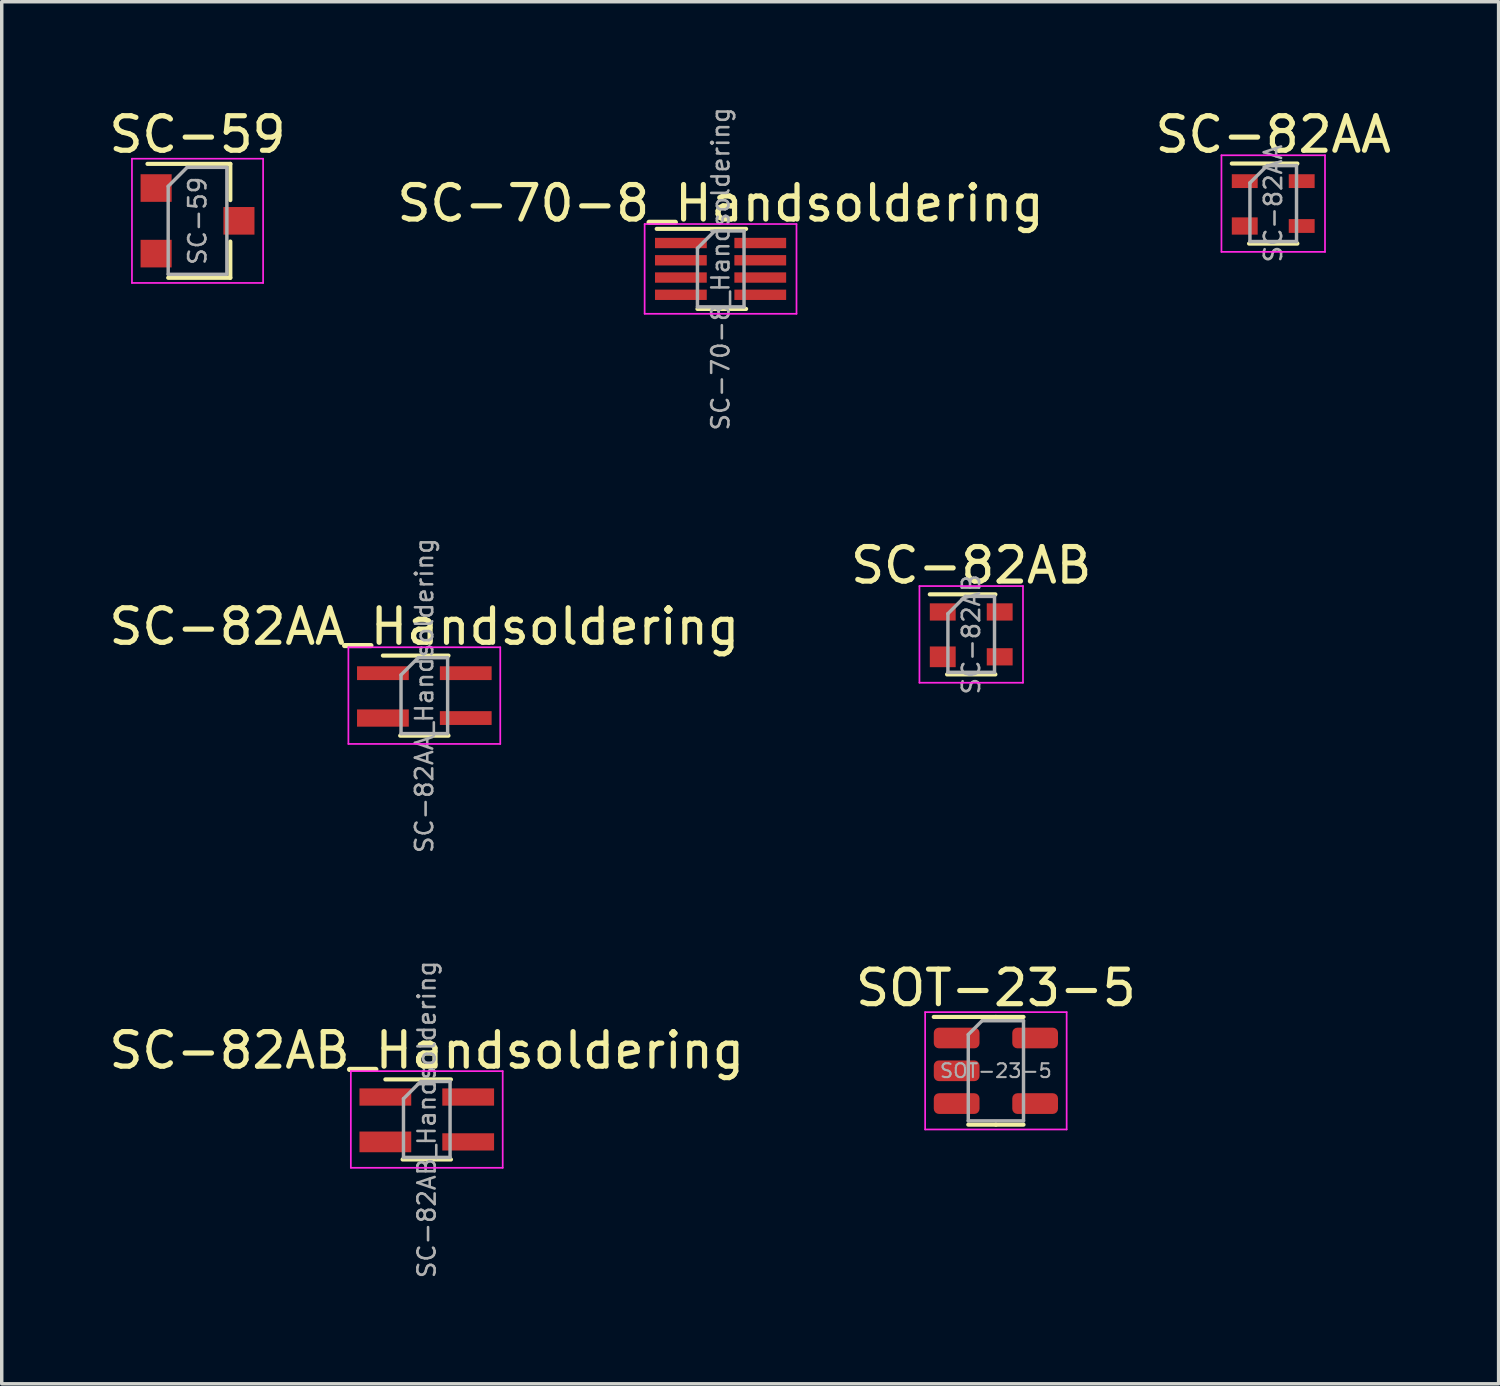
<source format=kicad_pcb>
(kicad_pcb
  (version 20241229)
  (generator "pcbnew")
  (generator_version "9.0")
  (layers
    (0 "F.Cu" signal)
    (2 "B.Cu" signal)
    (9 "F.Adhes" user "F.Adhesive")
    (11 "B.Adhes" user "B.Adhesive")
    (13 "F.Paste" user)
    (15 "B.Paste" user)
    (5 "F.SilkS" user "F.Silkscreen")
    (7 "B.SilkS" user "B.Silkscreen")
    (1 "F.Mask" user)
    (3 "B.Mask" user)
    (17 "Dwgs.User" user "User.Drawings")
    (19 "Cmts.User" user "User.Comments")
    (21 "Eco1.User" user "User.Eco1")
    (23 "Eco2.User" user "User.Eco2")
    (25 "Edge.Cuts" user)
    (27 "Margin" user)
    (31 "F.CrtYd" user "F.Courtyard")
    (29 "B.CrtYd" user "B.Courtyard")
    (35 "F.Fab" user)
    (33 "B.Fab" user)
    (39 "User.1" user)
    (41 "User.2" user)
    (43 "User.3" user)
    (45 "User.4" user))
  (footprint "SC-82AA_Handsoldering"
    (layer "F.Cu")
    (at 9.244 17.104)
    (property "Reference" "SC-82AA_Handsoldering" (at 0 -2 0) (layer "F.SilkS") (effects (font (size 1 1) (thickness 0.15))))
    (attr smd)
    (fp_line (start -0.7 1.16) (end 0.7 1.16) (stroke (width 0.12) (type solid)) (layer "F.SilkS"))
    (fp_line (start 0.7 -1.16) (end -1.2 -1.16) (stroke (width 0.12) (type solid)) (layer "F.SilkS"))
    (fp_line (start -2.2 -1.4) (end -2.2 1.4) (stroke (width 0.05) (type solid)) (layer "F.CrtYd"))
    (fp_line (start -2.2 -1.4) (end 2.2 -1.4) (stroke (width 0.05) (type solid)) (layer "F.CrtYd"))
    (fp_line (start -2.2 1.4) (end 2.2 1.4) (stroke (width 0.05) (type solid)) (layer "F.CrtYd"))
    (fp_line (start 2.2 1.4) (end 2.2 -1.4) (stroke (width 0.05) (type solid)) (layer "F.CrtYd"))
    (fp_line (start -0.675 -0.6) (end -0.675 1.1) (stroke (width 0.1) (type solid)) (layer "F.Fab"))
    (fp_line (start -0.175 -1.1) (end -0.675 -0.6) (stroke (width 0.1) (type solid)) (layer "F.Fab"))
    (fp_line (start 0.675 -1.1) (end -0.175 -1.1) (stroke (width 0.1) (type solid)) (layer "F.Fab"))
    (fp_line (start 0.675 -1.1) (end 0.675 1.1) (stroke (width 0.1) (type solid)) (layer "F.Fab"))
    (fp_line (start 0.675 1.1) (end -0.675 1.1) (stroke (width 0.1) (type solid)) (layer "F.Fab"))
    (fp_text user "${REFERENCE}" (at 0 0 90) (layer "F.Fab") (effects (font (size 0.5 0.5) (thickness 0.075))))
    (pad "1" smd rect (at -1.2 -0.65) (size 1.5 0.4) (layers "F.Cu" "F.Mask" "F.Paste"))
    (pad "2" smd rect (at -1.2 0.65) (size 1.5 0.5) (layers "F.Cu" "F.Mask" "F.Paste"))
    (pad "3" smd rect (at 1.2 0.65) (size 1.5 0.4) (layers "F.Cu" "F.Mask" "F.Paste"))
    (pad "4" smd rect (at 1.2 -0.65) (size 1.5 0.4) (layers "F.Cu" "F.Mask" "F.Paste")))
  (footprint "SC-70-8_Handsoldering"
    (layer "F.Cu")
    (at 17.827 4.741)
    (property "Reference" "SC-70-8_Handsoldering" (at 0 -1.9 0) (layer "F.SilkS") (effects (font (size 1 1) (thickness 0.15))))
    (attr smd)
    (fp_line (start -0.67 1.16) (end 0.74 1.16) (stroke (width 0.12) (type solid)) (layer "F.SilkS"))
    (fp_line (start 0.74 -1.16) (end -1.85 -1.16) (stroke (width 0.12) (type solid)) (layer "F.SilkS"))
    (fp_line (start -2.2 -1.3) (end 2.2 -1.3) (stroke (width 0.05) (type solid)) (layer "F.CrtYd"))
    (fp_line (start -2.2 1.3) (end -2.2 -1.3) (stroke (width 0.05) (type solid)) (layer "F.CrtYd"))
    (fp_line (start 2.2 -1.3) (end 2.2 1.3) (stroke (width 0.05) (type solid)) (layer "F.CrtYd"))
    (fp_line (start 2.2 1.3) (end -2.2 1.3) (stroke (width 0.05) (type solid)) (layer "F.CrtYd"))
    (fp_line (start -0.67 -0.6) (end -0.67 1.1) (stroke (width 0.1) (type solid)) (layer "F.Fab"))
    (fp_line (start -0.17 -1.1) (end -0.67 -0.6) (stroke (width 0.1) (type solid)) (layer "F.Fab"))
    (fp_line (start 0.68 -1.1) (end -0.17 -1.1) (stroke (width 0.1) (type solid)) (layer "F.Fab"))
    (fp_line (start 0.68 -1.1) (end 0.68 1.1) (stroke (width 0.1) (type solid)) (layer "F.Fab"))
    (fp_line (start 0.68 1.1) (end -0.67 1.1) (stroke (width 0.1) (type solid)) (layer "F.Fab"))
    (fp_text user "${REFERENCE}" (at 0 0 90) (layer "F.Fab") (effects (font (size 0.5 0.5) (thickness 0.075))))
    (pad "1" smd rect (at -1.15 -0.75 270) (size 0.3 1.5) (layers "F.Cu" "F.Mask" "F.Paste"))
    (pad "2" smd rect (at -1.15 -0.25 270) (size 0.3 1.5) (layers "F.Cu" "F.Mask" "F.Paste"))
    (pad "3" smd rect (at -1.15 0.25 270) (size 0.3 1.5) (layers "F.Cu" "F.Mask" "F.Paste"))
    (pad "4" smd rect (at -1.15 0.75 270) (size 0.3 1.5) (layers "F.Cu" "F.Mask" "F.Paste"))
    (pad "5" smd rect (at 1.15 0.75 270) (size 0.3 1.5) (layers "F.Cu" "F.Mask" "F.Paste"))
    (pad "6" smd rect (at 1.15 0.25 270) (size 0.3 1.5) (layers "F.Cu" "F.Mask" "F.Paste"))
    (pad "7" smd rect (at 1.15 -0.25 270) (size 0.3 1.5) (layers "F.Cu" "F.Mask" "F.Paste"))
    (pad "8" smd rect (at 1.15 -0.75 270) (size 0.3 1.5) (layers "F.Cu" "F.Mask" "F.Paste")))
  (footprint "SC-82AB"
    (layer "F.Cu")
    (at 25.089 15.33)
    (property "Reference" "SC-82AB" (at 0 -2 0) (layer "F.SilkS") (effects (font (size 1 1) (thickness 0.15))))
    (attr smd)
    (fp_line (start -0.7 1.16) (end 0.7 1.16) (stroke (width 0.12) (type solid)) (layer "F.SilkS"))
    (fp_line (start 0.7 -1.16) (end -1.2 -1.16) (stroke (width 0.12) (type solid)) (layer "F.SilkS"))
    (fp_line (start -1.5 -1.4) (end -1.5 1.4) (stroke (width 0.05) (type solid)) (layer "F.CrtYd"))
    (fp_line (start -1.5 -1.4) (end 1.5 -1.4) (stroke (width 0.05) (type solid)) (layer "F.CrtYd"))
    (fp_line (start -1.5 1.4) (end 1.5 1.4) (stroke (width 0.05) (type solid)) (layer "F.CrtYd"))
    (fp_line (start 1.5 1.4) (end 1.5 -1.4) (stroke (width 0.05) (type solid)) (layer "F.CrtYd"))
    (fp_line (start -0.675 -0.6) (end -0.675 1.1) (stroke (width 0.1) (type solid)) (layer "F.Fab"))
    (fp_line (start -0.175 -1.1) (end -0.675 -0.6) (stroke (width 0.1) (type solid)) (layer "F.Fab"))
    (fp_line (start 0.675 -1.1) (end -0.175 -1.1) (stroke (width 0.1) (type solid)) (layer "F.Fab"))
    (fp_line (start 0.675 -1.1) (end 0.675 1.1) (stroke (width 0.1) (type solid)) (layer "F.Fab"))
    (fp_line (start 0.675 1.1) (end -0.675 1.1) (stroke (width 0.1) (type solid)) (layer "F.Fab"))
    (fp_text user "${REFERENCE}" (at 0 0 90) (layer "F.Fab") (effects (font (size 0.5 0.5) (thickness 0.075))))
    (pad "1" smd rect (at -0.825 -0.65) (size 0.75 0.5) (layers "F.Cu" "F.Mask" "F.Paste"))
    (pad "2" smd rect (at -0.825 0.65) (size 0.75 0.6) (layers "F.Cu" "F.Mask" "F.Paste"))
    (pad "3" smd rect (at 0.825 0.65) (size 0.75 0.5) (layers "F.Cu" "F.Mask" "F.Paste"))
    (pad "4" smd rect (at 0.825 -0.65) (size 0.75 0.5) (layers "F.Cu" "F.Mask" "F.Paste")))
  (footprint "SOT-23-5"
    (layer "F.Cu")
    (at 25.804 27.974)
    (property "Reference" "SOT-23-5" (at 0 -2.4 0) (layer "F.SilkS") (effects (font (size 1 1) (thickness 0.15))))
    (attr smd)
    (fp_line (start 0 -1.56) (end -1.8 -1.56) (stroke (width 0.12) (type solid)) (layer "F.SilkS"))
    (fp_line (start 0 -1.56) (end 0.8 -1.56) (stroke (width 0.12) (type solid)) (layer "F.SilkS"))
    (fp_line (start 0 1.56) (end -0.8 1.56) (stroke (width 0.12) (type solid)) (layer "F.SilkS"))
    (fp_line (start 0 1.56) (end 0.8 1.56) (stroke (width 0.12) (type solid)) (layer "F.SilkS"))
    (fp_line (start -2.05 -1.7) (end -2.05 1.7) (stroke (width 0.05) (type solid)) (layer "F.CrtYd"))
    (fp_line (start -2.05 1.7) (end 2.05 1.7) (stroke (width 0.05) (type solid)) (layer "F.CrtYd"))
    (fp_line (start 2.05 -1.7) (end -2.05 -1.7) (stroke (width 0.05) (type solid)) (layer "F.CrtYd"))
    (fp_line (start 2.05 1.7) (end 2.05 -1.7) (stroke (width 0.05) (type solid)) (layer "F.CrtYd"))
    (fp_line (start -0.8 -1.05) (end -0.4 -1.45) (stroke (width 0.1) (type solid)) (layer "F.Fab"))
    (fp_line (start -0.8 1.45) (end -0.8 -1.05) (stroke (width 0.1) (type solid)) (layer "F.Fab"))
    (fp_line (start -0.4 -1.45) (end 0.8 -1.45) (stroke (width 0.1) (type solid)) (layer "F.Fab"))
    (fp_line (start 0.8 -1.45) (end 0.8 1.45) (stroke (width 0.1) (type solid)) (layer "F.Fab"))
    (fp_line (start 0.8 1.45) (end -0.8 1.45) (stroke (width 0.1) (type solid)) (layer "F.Fab"))
    (fp_text user "${REFERENCE}" (at 0 0 0) (layer "F.Fab") (effects (font (size 0.4 0.4) (thickness 0.06))))
    (pad "1" smd roundrect (at -1.137 -0.95) (size 1.325 0.6) (layers "F.Cu" "F.Mask" "F.Paste") (roundrect_rratio 0.25))
    (pad "2" smd roundrect (at -1.137 0) (size 1.325 0.6) (layers "F.Cu" "F.Mask" "F.Paste") (roundrect_rratio 0.25))
    (pad "3" smd roundrect (at -1.137 0.95) (size 1.325 0.6) (layers "F.Cu" "F.Mask" "F.Paste") (roundrect_rratio 0.25))
    (pad "4" smd roundrect (at 1.137 0.95) (size 1.325 0.6) (layers "F.Cu" "F.Mask" "F.Paste") (roundrect_rratio 0.25))
    (pad "6" smd roundrect (at 1.137 -0.95) (size 1.325 0.6) (layers "F.Cu" "F.Mask" "F.Paste") (roundrect_rratio 0.25)))
  (footprint "SC-59"
    (layer "F.Cu")
    (at 2.673 3.348)
    (property "Reference" "SC-59" (at 0 -2.5 0) (layer "F.SilkS") (effects (font (size 1 1) (thickness 0.15))))
    (attr smd)
    (fp_line (start -1.45 -1.65) (end 0.95 -1.65) (stroke (width 0.12) (type solid)) (layer "F.SilkS"))
    (fp_line (start -0.85 1.65) (end 0.95 1.65) (stroke (width 0.12) (type solid)) (layer "F.SilkS"))
    (fp_line (start 0.95 -1.65) (end 0.95 -0.6) (stroke (width 0.12) (type solid)) (layer "F.SilkS"))
    (fp_line (start 0.95 1.65) (end 0.95 0.6) (stroke (width 0.12) (type solid)) (layer "F.SilkS"))
    (fp_line (start -1.9 -1.8) (end -1.9 1.8) (stroke (width 0.05) (type solid)) (layer "F.CrtYd"))
    (fp_line (start -1.9 -1.8) (end 1.9 -1.8) (stroke (width 0.05) (type solid)) (layer "F.CrtYd"))
    (fp_line (start 1.9 1.8) (end -1.9 1.8) (stroke (width 0.05) (type solid)) (layer "F.CrtYd"))
    (fp_line (start 1.9 1.8) (end 1.9 -1.8) (stroke (width 0.05) (type solid)) (layer "F.CrtYd"))
    (fp_line (start -0.85 1.55) (end -0.85 -1) (stroke (width 0.1) (type solid)) (layer "F.Fab"))
    (fp_line (start -0.85 1.55) (end 0.85 1.55) (stroke (width 0.1) (type solid)) (layer "F.Fab"))
    (fp_line (start -0.3 -1.55) (end -0.85 -1) (stroke (width 0.1) (type solid)) (layer "F.Fab"))
    (fp_line (start -0.3 -1.55) (end 0.85 -1.55) (stroke (width 0.1) (type solid)) (layer "F.Fab"))
    (fp_line (start 0.85 -1.52) (end 0.85 1.52) (stroke (width 0.1) (type solid)) (layer "F.Fab"))
    (fp_text user "${REFERENCE}" (at 0 0 90) (layer "F.Fab") (effects (font (size 0.5 0.5) (thickness 0.075))))
    (pad "1" smd rect (at -1.2 -0.95) (size 0.9 0.8) (layers "F.Cu" "F.Mask" "F.Paste"))
    (pad "2" smd rect (at -1.2 0.95) (size 0.9 0.8) (layers "F.Cu" "F.Mask" "F.Paste"))
    (pad "3" smd rect (at 1.2 0) (size 0.9 0.8) (layers "F.Cu" "F.Mask" "F.Paste")))
  (footprint "SC-82AA"
    (layer "F.Cu")
    (at 33.839 2.848)
    (property "Reference" "SC-82AA" (at 0 -2 0) (layer "F.SilkS") (effects (font (size 1 1) (thickness 0.15))))
    (attr smd)
    (fp_line (start -0.7 1.16) (end 0.7 1.16) (stroke (width 0.12) (type solid)) (layer "F.SilkS"))
    (fp_line (start 0.7 -1.16) (end -1.2 -1.16) (stroke (width 0.12) (type solid)) (layer "F.SilkS"))
    (fp_line (start -1.5 -1.4) (end -1.5 1.4) (stroke (width 0.05) (type solid)) (layer "F.CrtYd"))
    (fp_line (start -1.5 -1.4) (end 1.5 -1.4) (stroke (width 0.05) (type solid)) (layer "F.CrtYd"))
    (fp_line (start -1.5 1.4) (end 1.5 1.4) (stroke (width 0.05) (type solid)) (layer "F.CrtYd"))
    (fp_line (start 1.5 1.4) (end 1.5 -1.4) (stroke (width 0.05) (type solid)) (layer "F.CrtYd"))
    (fp_line (start -0.675 -0.6) (end -0.675 1.1) (stroke (width 0.1) (type solid)) (layer "F.Fab"))
    (fp_line (start -0.175 -1.1) (end -0.675 -0.6) (stroke (width 0.1) (type solid)) (layer "F.Fab"))
    (fp_line (start 0.675 -1.1) (end -0.175 -1.1) (stroke (width 0.1) (type solid)) (layer "F.Fab"))
    (fp_line (start 0.675 -1.1) (end 0.675 1.1) (stroke (width 0.1) (type solid)) (layer "F.Fab"))
    (fp_line (start 0.675 1.1) (end -0.675 1.1) (stroke (width 0.1) (type solid)) (layer "F.Fab"))
    (fp_text user "${REFERENCE}" (at 0 0 90) (layer "F.Fab") (effects (font (size 0.5 0.5) (thickness 0.075))))
    (pad "1" smd rect (at -0.825 -0.65) (size 0.75 0.4) (layers "F.Cu" "F.Mask" "F.Paste"))
    (pad "2" smd rect (at -0.825 0.65) (size 0.75 0.5) (layers "F.Cu" "F.Mask" "F.Paste"))
    (pad "3" smd rect (at 0.825 0.65) (size 0.75 0.4) (layers "F.Cu" "F.Mask" "F.Paste"))
    (pad "4" smd rect (at 0.825 -0.65) (size 0.75 0.4) (layers "F.Cu" "F.Mask" "F.Paste")))
  (footprint "SC-82AB_Handsoldering"
    (layer "F.Cu")
    (at 9.315 29.384)
    (property "Reference" "SC-82AB_Handsoldering" (at 0 -2 0) (layer "F.SilkS") (effects (font (size 1 1) (thickness 0.15))))
    (attr smd)
    (fp_line (start -0.7 1.16) (end 0.7 1.16) (stroke (width 0.12) (type solid)) (layer "F.SilkS"))
    (fp_line (start 0.7 -1.16) (end -1.2 -1.16) (stroke (width 0.12) (type solid)) (layer "F.SilkS"))
    (fp_line (start -2.2 -1.4) (end -2.2 1.4) (stroke (width 0.05) (type solid)) (layer "F.CrtYd"))
    (fp_line (start -2.2 -1.4) (end 2.2 -1.4) (stroke (width 0.05) (type solid)) (layer "F.CrtYd"))
    (fp_line (start -2.2 1.4) (end 2.2 1.4) (stroke (width 0.05) (type solid)) (layer "F.CrtYd"))
    (fp_line (start 2.2 1.4) (end 2.2 -1.4) (stroke (width 0.05) (type solid)) (layer "F.CrtYd"))
    (fp_line (start -0.675 -0.6) (end -0.675 1.1) (stroke (width 0.1) (type solid)) (layer "F.Fab"))
    (fp_line (start -0.175 -1.1) (end -0.675 -0.6) (stroke (width 0.1) (type solid)) (layer "F.Fab"))
    (fp_line (start 0.675 -1.1) (end -0.175 -1.1) (stroke (width 0.1) (type solid)) (layer "F.Fab"))
    (fp_line (start 0.675 -1.1) (end 0.675 1.1) (stroke (width 0.1) (type solid)) (layer "F.Fab"))
    (fp_line (start 0.675 1.1) (end -0.675 1.1) (stroke (width 0.1) (type solid)) (layer "F.Fab"))
    (fp_text user "${REFERENCE}" (at 0 0 90) (layer "F.Fab") (effects (font (size 0.5 0.5) (thickness 0.075))))
    (pad "1" smd rect (at -1.2 -0.65) (size 1.5 0.5) (layers "F.Cu" "F.Mask" "F.Paste"))
    (pad "2" smd rect (at -1.2 0.65) (size 1.5 0.6) (layers "F.Cu" "F.Mask" "F.Paste"))
    (pad "3" smd rect (at 1.2 0.65) (size 1.5 0.5) (layers "F.Cu" "F.Mask" "F.Paste"))
    (pad "4" smd rect (at 1.2 -0.65) (size 1.5 0.5) (layers "F.Cu" "F.Mask" "F.Paste")))
  (gr_rect
    (start -3 -3)
    (end 40.369 37.042)
    (stroke (width 0.1) (type default))
    (fill no)
    (layer "Edge.Cuts")))
</source>
